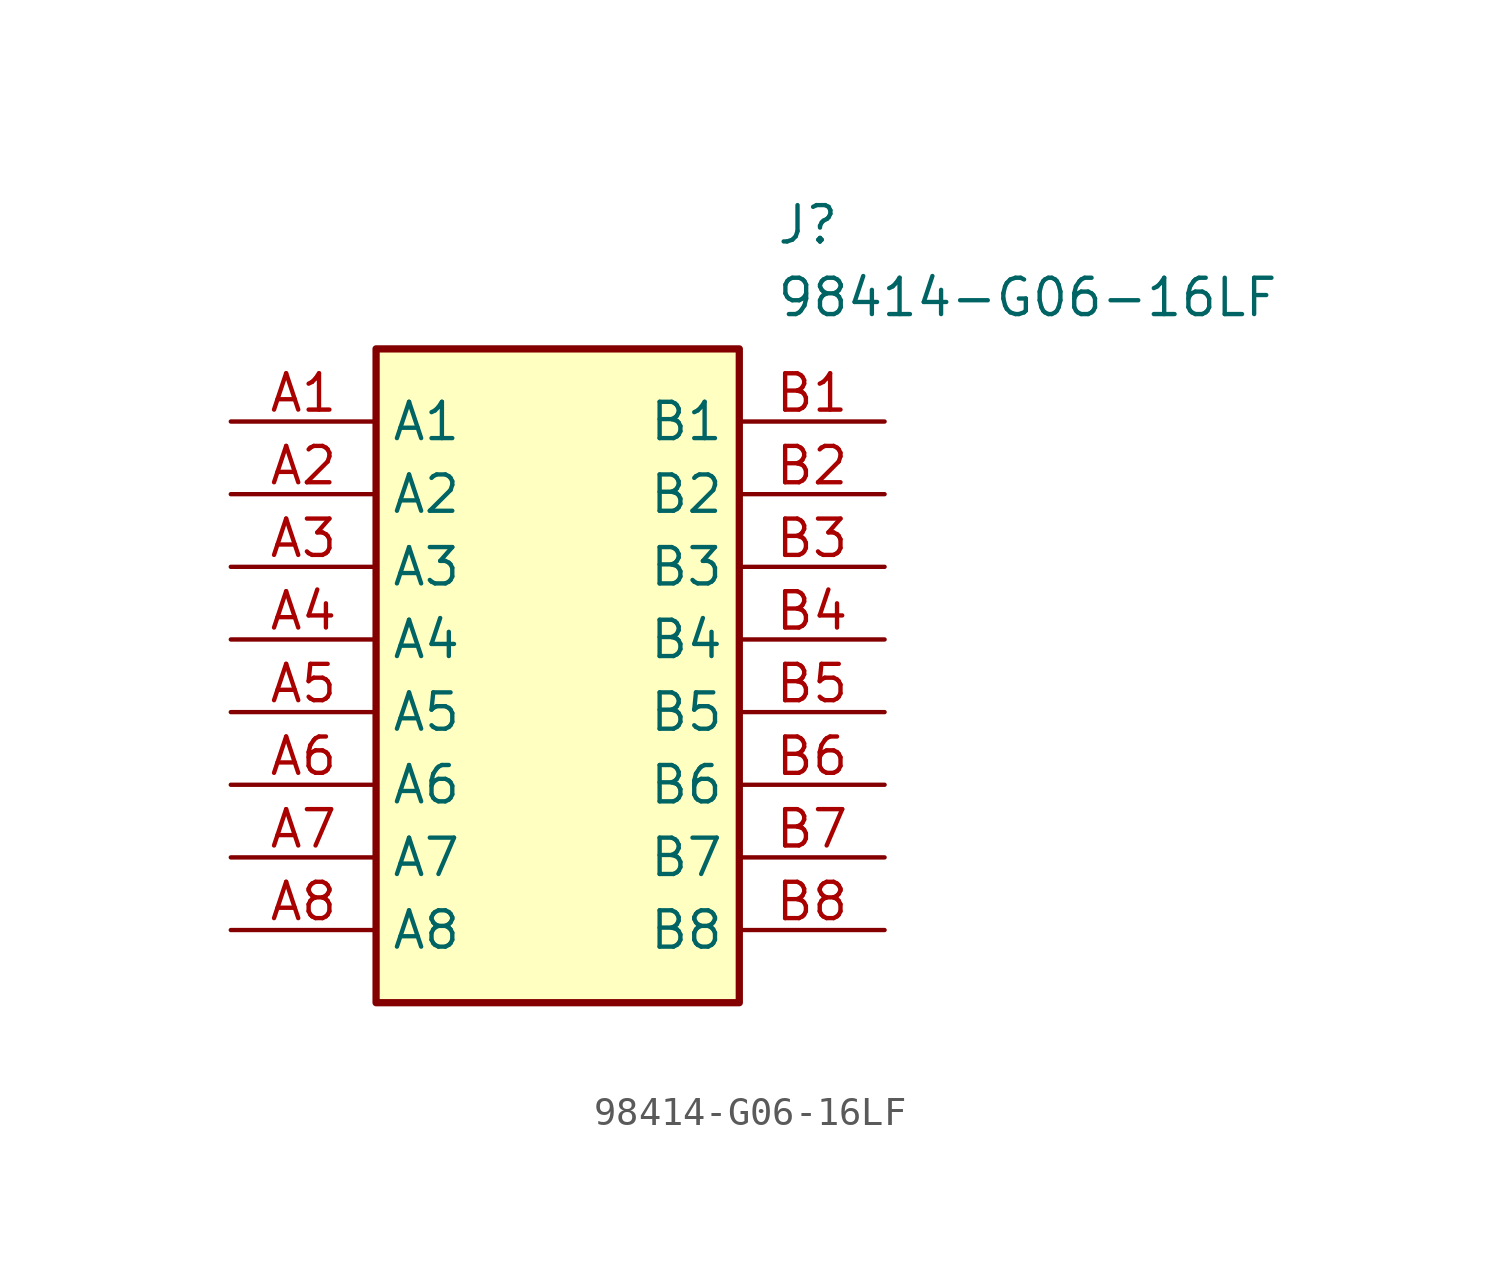
<source format=kicad_sym>
(kicad_symbol_lib
  (version 20220914)
  (generator kicad_symbol_editor)
  (symbol "98414-G06-16LF"
    (property "Reference" "J"
      (at 19.05 7.62 0)
      (effects (font (size 1.27 1.27)) (justify left top)))
    (property "Value" "98414-G06-16LF"
      (at 19.05 5.08 0)
      (effects (font (size 1.27 1.27)) (justify left top)))
    (symbol "98414-G06-16LF_1_1"
      (rectangle (start 5.08 2.54) (end 17.78 -20.32) (stroke (width 0.254) (type default)) (fill (type background)))
      (pin passive line (at 0 0 0) (length 5.08) (name "A1" (effects (font (size 1.27 1.27)))) (number "A1" (effects (font (size 1.27 1.27)))))
      (pin passive line (at 0 -2.54 0) (length 5.08) (name "A2" (effects (font (size 1.27 1.27)))) (number "A2" (effects (font (size 1.27 1.27)))))
      (pin passive line (at 0 -5.08 0) (length 5.08) (name "A3" (effects (font (size 1.27 1.27)))) (number "A3" (effects (font (size 1.27 1.27)))))
      (pin passive line (at 0 -7.62 0) (length 5.08) (name "A4" (effects (font (size 1.27 1.27)))) (number "A4" (effects (font (size 1.27 1.27)))))
      (pin passive line (at 0 -10.16 0) (length 5.08) (name "A5" (effects (font (size 1.27 1.27)))) (number "A5" (effects (font (size 1.27 1.27)))))
      (pin passive line (at 0 -12.7 0) (length 5.08) (name "A6" (effects (font (size 1.27 1.27)))) (number "A6" (effects (font (size 1.27 1.27)))))
      (pin passive line (at 0 -15.24 0) (length 5.08) (name "A7" (effects (font (size 1.27 1.27)))) (number "A7" (effects (font (size 1.27 1.27)))))
      (pin passive line (at 0 -17.78 0) (length 5.08) (name "A8" (effects (font (size 1.27 1.27)))) (number "A8" (effects (font (size 1.27 1.27)))))
      (pin passive line (at 22.86 0 180) (length 5.08) (name "B1" (effects (font (size 1.27 1.27)))) (number "B1" (effects (font (size 1.27 1.27)))))
      (pin passive line (at 22.86 -2.54 180) (length 5.08) (name "B2" (effects (font (size 1.27 1.27)))) (number "B2" (effects (font (size 1.27 1.27)))))
      (pin passive line (at 22.86 -5.08 180) (length 5.08) (name "B3" (effects (font (size 1.27 1.27)))) (number "B3" (effects (font (size 1.27 1.27)))))
      (pin passive line (at 22.86 -7.62 180) (length 5.08) (name "B4" (effects (font (size 1.27 1.27)))) (number "B4" (effects (font (size 1.27 1.27)))))
      (pin passive line (at 22.86 -10.16 180) (length 5.08) (name "B5" (effects (font (size 1.27 1.27)))) (number "B5" (effects (font (size 1.27 1.27)))))
      (pin passive line (at 22.86 -12.7 180) (length 5.08) (name "B6" (effects (font (size 1.27 1.27)))) (number "B6" (effects (font (size 1.27 1.27)))))
      (pin passive line (at 22.86 -15.24 180) (length 5.08) (name "B7" (effects (font (size 1.27 1.27)))) (number "B7" (effects (font (size 1.27 1.27)))))
      (pin passive line (at 22.86 -17.78 180) (length 5.08) (name "B8" (effects (font (size 1.27 1.27)))) (number "B8" (effects (font (size 1.27 1.27))))))))
</source>
